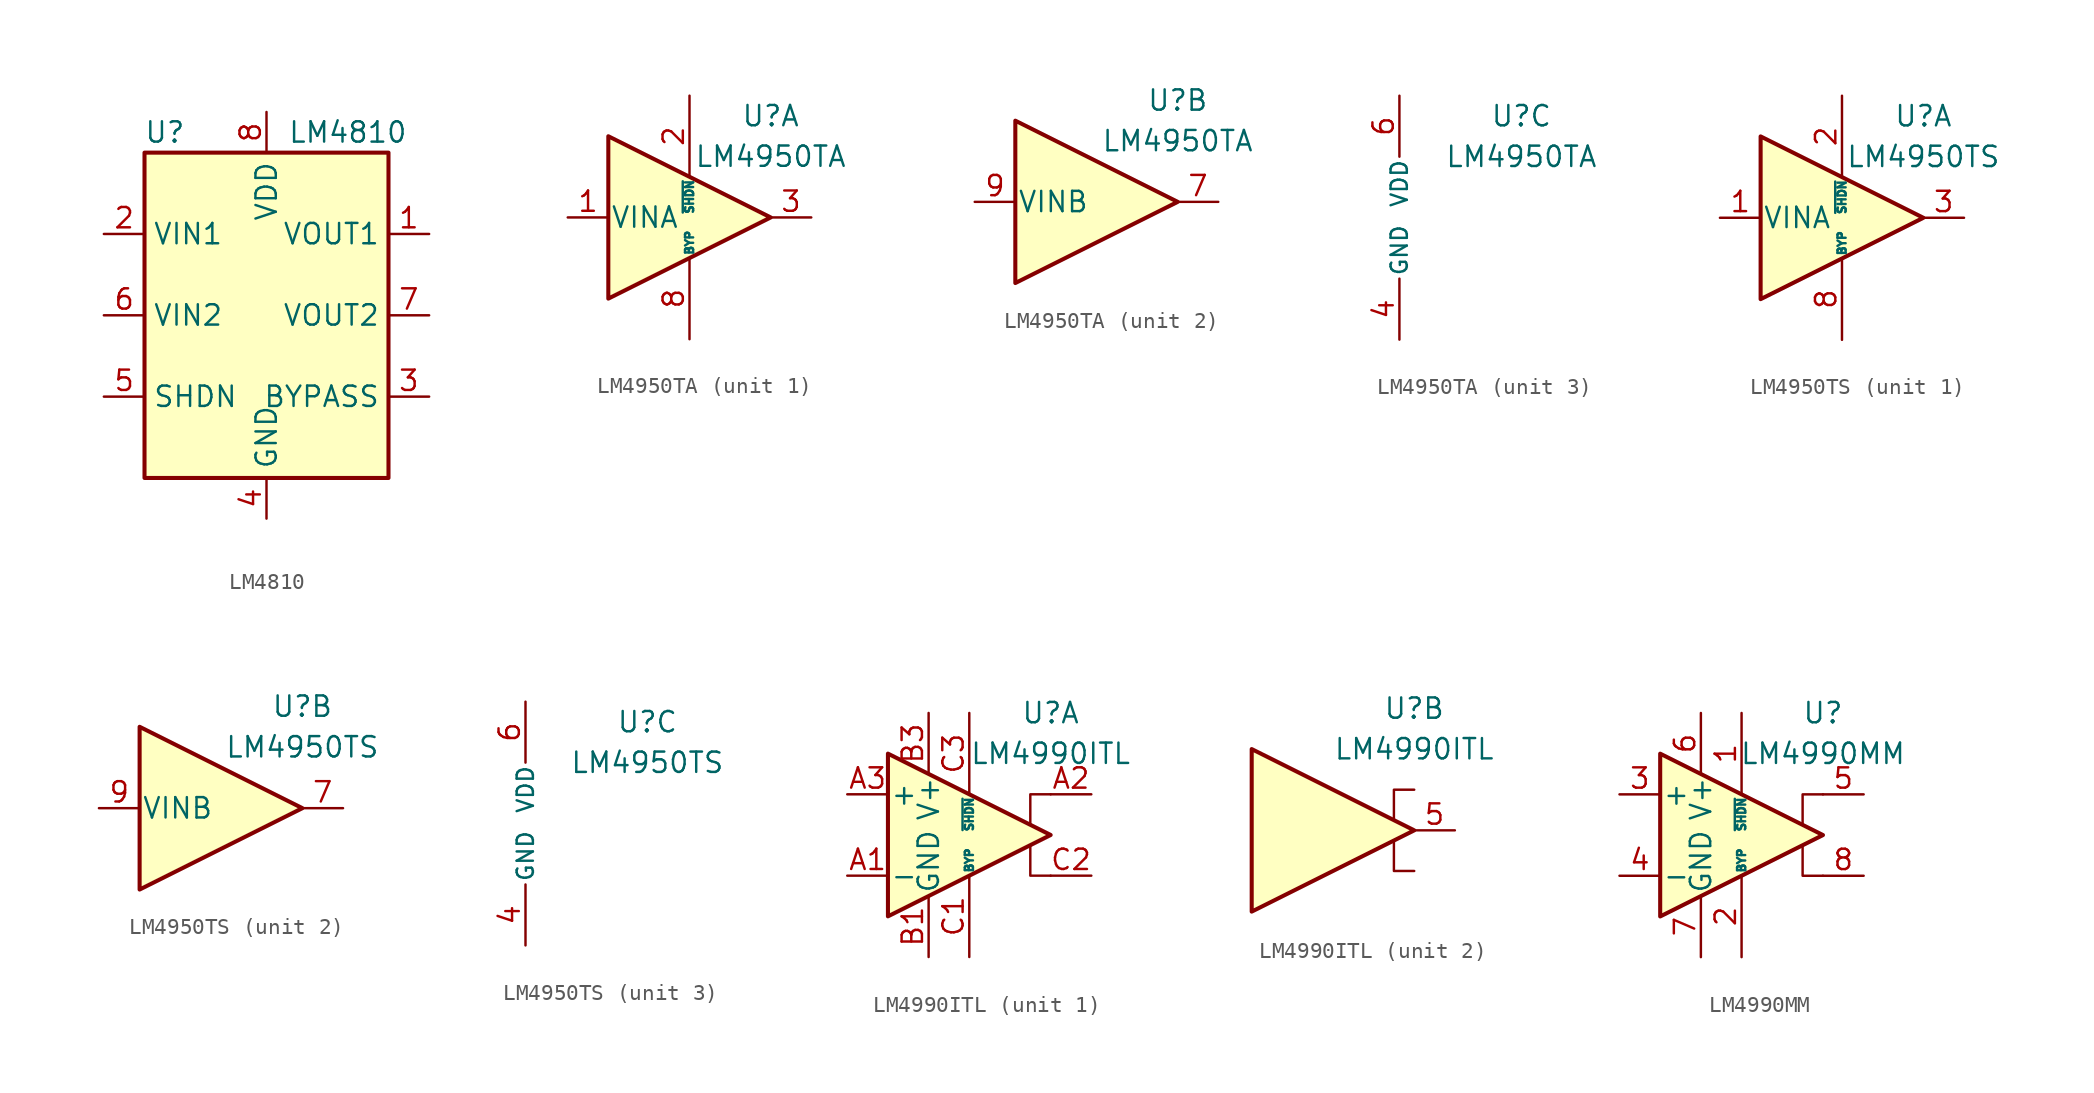
<source format=kicad_sym>
(kicad_symbol_lib
  (version 20201005)
  (generator kicad_symbol_editor)
  (symbol "LM4810"
    (property "Reference" "U"
      (at -6.35 11.43 0)
      (effects (font (size 1.27 1.27))))
    (property "Value" "LM4810"
      (at 5.08 11.43 0)
      (effects (font (size 1.27 1.27))))
    (symbol "LM4810_0_1"
      (rectangle (start -7.62 10.16) (end 7.62 -10.16) (stroke (width 0.254)) (fill (type background))))
    (symbol "LM4810_1_1"
      (pin output line (at 10.16 5.08 180) (length 2.54) (name "VOUT1" (effects (font (size 1.27 1.27)))) (number "1" (effects (font (size 1.27 1.27)))))
      (pin input line (at -10.16 5.08 0) (length 2.54) (name "VIN1" (effects (font (size 1.27 1.27)))) (number "2" (effects (font (size 1.27 1.27)))))
      (pin passive line (at 10.16 -5.08 180) (length 2.54) (name "BYPASS" (effects (font (size 1.27 1.27)))) (number "3" (effects (font (size 1.27 1.27)))))
      (pin power_in line (at 0 -12.7 90) (length 2.54) (name "GND" (effects (font (size 1.27 1.27)))) (number "4" (effects (font (size 1.27 1.27)))))
      (pin input line (at -10.16 -5.08 0) (length 2.54) (name "SHDN" (effects (font (size 1.27 1.27)))) (number "5" (effects (font (size 1.27 1.27)))))
      (pin input line (at -10.16 0 0) (length 2.54) (name "VIN2" (effects (font (size 1.27 1.27)))) (number "6" (effects (font (size 1.27 1.27)))))
      (pin output line (at 10.16 0 180) (length 2.54) (name "VOUT2" (effects (font (size 1.27 1.27)))) (number "7" (effects (font (size 1.27 1.27)))))
      (pin power_in line (at 0 12.7 270) (length 2.54) (name "VDD" (effects (font (size 1.27 1.27)))) (number "8" (effects (font (size 1.27 1.27)))))))
  (symbol "LM4950TA"
    (pin_names
      (offset 0.127))
    (property "Reference" "U"
      (at 5.08 6.35 0)
      (effects (font (size 1.27 1.27))))
    (property "Value" "LM4950TA"
      (at 5.08 3.81 0)
      (effects (font (size 1.27 1.27))))
    (property "ki_locked" ""
      (at 0 0 0)
      (effects (font (size 1.27 1.27))))
    (symbol "LM4950TA_1_1"
      (polyline (pts (xy -5.08 5.08) (xy 5.08 0) (xy -5.08 -5.08) (xy -5.08 5.08)) (stroke (width 0.254)) (fill (type background)))
      (pin input line (at -7.62 0 0) (length 2.54) (name "VINA" (effects (font (size 1.27 1.27)))) (number "1" (effects (font (size 1.27 1.27)))))
      (pin input line (at 0 7.62 270) (length 5.08) (name "~SHDN" (effects (font (size 0.508 0.508)))) (number "2" (effects (font (size 1.27 1.27)))))
      (pin output line (at 7.62 0 180) (length 2.54) (name "~" (effects (font (size 1.27 1.27)))) (number "3" (effects (font (size 1.27 1.27)))))
      (pin passive line (at 0 -7.62 90) (length 5.08) (name "BYP" (effects (font (size 0.508 0.508)))) (number "8" (effects (font (size 1.27 1.27))))))
    (symbol "LM4950TA_2_1"
      (polyline (pts (xy -5.08 5.08) (xy 5.08 0) (xy -5.08 -5.08) (xy -5.08 5.08)) (stroke (width 0.254)) (fill (type background)))
      (pin output line (at 7.62 0 180) (length 2.54) (name "~" (effects (font (size 1.27 1.27)))) (number "7" (effects (font (size 1.27 1.27)))))
      (pin input line (at -7.62 0 0) (length 2.54) (name "VINB" (effects (font (size 1.27 1.27)))) (number "9" (effects (font (size 1.27 1.27))))))
    (symbol "LM4950TA_3_1"
      (pin power_in line (at -2.54 -7.62 90) (length 3.81) (name "GND" (effects (font (size 1.016 1.016)))) (number "4" (effects (font (size 1.27 1.27)))))
      (pin passive line (at -2.54 -7.62 90) (length 3.81) hide (name "GND" (effects (font (size 1.016 1.016)))) (number "5" (effects (font (size 1.27 1.27)))))
      (pin power_in line (at -2.54 7.62 270) (length 3.81) (name "VDD" (effects (font (size 1.016 1.016)))) (number "6" (effects (font (size 1.27 1.27)))))))
  (symbol "LM4950TS"
    (pin_names
      (offset 0.127))
    (property "Reference" "U"
      (at 5.08 6.35 0)
      (effects (font (size 1.27 1.27))))
    (property "Value" "LM4950TS"
      (at 5.08 3.81 0)
      (effects (font (size 1.27 1.27))))
    (property "ki_locked" ""
      (at 0 0 0)
      (effects (font (size 1.27 1.27))))
    (symbol "LM4950TS_1_1"
      (polyline (pts (xy -5.08 5.08) (xy 5.08 0) (xy -5.08 -5.08) (xy -5.08 5.08)) (stroke (width 0.254)) (fill (type background)))
      (pin input line (at -7.62 0 0) (length 2.54) (name "VINA" (effects (font (size 1.27 1.27)))) (number "1" (effects (font (size 1.27 1.27)))))
      (pin input line (at 0 7.62 270) (length 5.08) (name "~SHDN" (effects (font (size 0.508 0.508)))) (number "2" (effects (font (size 1.27 1.27)))))
      (pin output line (at 7.62 0 180) (length 2.54) (name "~" (effects (font (size 1.27 1.27)))) (number "3" (effects (font (size 1.27 1.27)))))
      (pin passive line (at 0 -7.62 90) (length 5.08) (name "BYP" (effects (font (size 0.508 0.508)))) (number "8" (effects (font (size 1.27 1.27))))))
    (symbol "LM4950TS_2_1"
      (polyline (pts (xy -5.08 5.08) (xy 5.08 0) (xy -5.08 -5.08) (xy -5.08 5.08)) (stroke (width 0.254)) (fill (type background)))
      (pin output line (at 7.62 0 180) (length 2.54) (name "~" (effects (font (size 1.27 1.27)))) (number "7" (effects (font (size 1.27 1.27)))))
      (pin input line (at -7.62 0 0) (length 2.54) (name "VINB" (effects (font (size 1.27 1.27)))) (number "9" (effects (font (size 1.27 1.27))))))
    (symbol "LM4950TS_3_1"
      (pin power_in line (at -2.54 -7.62 90) (length 3.81) (name "GND" (effects (font (size 1.016 1.016)))) (number "4" (effects (font (size 1.27 1.27)))))
      (pin passive line (at -2.54 -7.62 90) (length 3.81) hide (name "GND" (effects (font (size 1.016 1.016)))) (number "5" (effects (font (size 1.27 1.27)))))
      (pin power_in line (at -2.54 7.62 270) (length 3.81) (name "VDD" (effects (font (size 1.016 1.016)))) (number "6" (effects (font (size 1.27 1.27)))))))
  (symbol "LM4990ITL"
    (pin_names
      (offset 0.127))
    (property "Reference" "U"
      (at 5.08 7.62 0)
      (effects (font (size 1.27 1.27))))
    (property "Value" "LM4990ITL"
      (at 5.08 5.08 0)
      (effects (font (size 1.27 1.27))))
    (symbol "LM4990ITL_0_1"
      (polyline (pts (xy 3.81 -0.635) (xy 3.81 -2.54) (xy 5.08 -2.54)) (stroke (width 0)) (fill (type none)))
      (polyline (pts (xy 5.08 2.54) (xy 3.81 2.54) (xy 3.81 0.635)) (stroke (width 0)) (fill (type none)))
      (polyline (pts (xy -5.08 5.08) (xy 5.08 0) (xy -5.08 -5.08) (xy -5.08 5.08)) (stroke (width 0.254)) (fill (type background))))
    (symbol "LM4990ITL_1_1"
      (pin input line (at -7.62 -2.54 0) (length 2.54) (name "-" (effects (font (size 1.27 1.27)))) (number "A1" (effects (font (size 1.27 1.27)))))
      (pin output line (at 7.62 2.54 180) (length 2.54) (name "~" (effects (font (size 1.27 1.27)))) (number "A2" (effects (font (size 1.27 1.27)))))
      (pin input line (at -7.62 2.54 0) (length 2.54) (name "+" (effects (font (size 1.27 1.27)))) (number "A3" (effects (font (size 1.27 1.27)))))
      (pin power_in line (at -2.54 -7.62 90) (length 3.81) (name "GND" (effects (font (size 1.27 1.27)))) (number "B1" (effects (font (size 1.27 1.27)))))
      (pin passive line (at -2.54 -7.62 90) (length 3.81) hide (name "GND" (effects (font (size 1.27 1.27)))) (number "B2" (effects (font (size 1.27 1.27)))))
      (pin power_in line (at -2.54 7.62 270) (length 3.81) (name "V+" (effects (font (size 1.27 1.27)))) (number "B3" (effects (font (size 1.27 1.27)))))
      (pin input line (at 0 -7.62 90) (length 5.08) (name "BYP" (effects (font (size 0.508 0.508)))) (number "C1" (effects (font (size 1.27 1.27)))))
      (pin output line (at 7.62 -2.54 180) (length 2.54) (name "~" (effects (font (size 1.27 1.27)))) (number "C2" (effects (font (size 1.27 1.27)))))
      (pin output line (at 0 7.62 270) (length 5.08) (name "~SHDN" (effects (font (size 0.508 0.508)))) (number "C3" (effects (font (size 1.27 1.27))))))
    (symbol "LM4990ITL_2_1"
      (pin output line (at 7.62 0 180) (length 2.54) (name "~" (effects (font (size 1.27 1.27)))) (number "5" (effects (font (size 1.27 1.27)))))))
  (symbol "LM4990MM"
    (pin_names
      (offset 0.127))
    (property "Reference" "U"
      (at 5.08 7.62 0)
      (effects (font (size 1.27 1.27))))
    (property "Value" "LM4990MM"
      (at 5.08 5.08 0)
      (effects (font (size 1.27 1.27))))
    (symbol "LM4990MM_0_1"
      (polyline (pts (xy 3.81 -0.635) (xy 3.81 -2.54) (xy 5.08 -2.54)) (stroke (width 0)) (fill (type none)))
      (polyline (pts (xy 5.08 2.54) (xy 3.81 2.54) (xy 3.81 0.635)) (stroke (width 0)) (fill (type none)))
      (polyline (pts (xy -5.08 5.08) (xy 5.08 0) (xy -5.08 -5.08) (xy -5.08 5.08)) (stroke (width 0.254)) (fill (type background))))
    (symbol "LM4990MM_1_1"
      (pin output line (at 0 7.62 270) (length 5.08) (name "~SHDN" (effects (font (size 0.508 0.508)))) (number "1" (effects (font (size 1.27 1.27)))))
      (pin input line (at 0 -7.62 90) (length 5.08) (name "BYP" (effects (font (size 0.508 0.508)))) (number "2" (effects (font (size 1.27 1.27)))))
      (pin input line (at -7.62 2.54 0) (length 2.54) (name "+" (effects (font (size 1.27 1.27)))) (number "3" (effects (font (size 1.27 1.27)))))
      (pin input line (at -7.62 -2.54 0) (length 2.54) (name "-" (effects (font (size 1.27 1.27)))) (number "4" (effects (font (size 1.27 1.27)))))
      (pin output line (at 7.62 2.54 180) (length 2.54) (name "~" (effects (font (size 1.27 1.27)))) (number "5" (effects (font (size 1.27 1.27)))))
      (pin power_in line (at -2.54 7.62 270) (length 3.81) (name "V+" (effects (font (size 1.27 1.27)))) (number "6" (effects (font (size 1.27 1.27)))))
      (pin power_in line (at -2.54 -7.62 90) (length 3.81) (name "GND" (effects (font (size 1.27 1.27)))) (number "7" (effects (font (size 1.27 1.27)))))
      (pin output line (at 7.62 -2.54 180) (length 2.54) (name "~" (effects (font (size 1.27 1.27)))) (number "8" (effects (font (size 1.27 1.27))))))))
</source>
